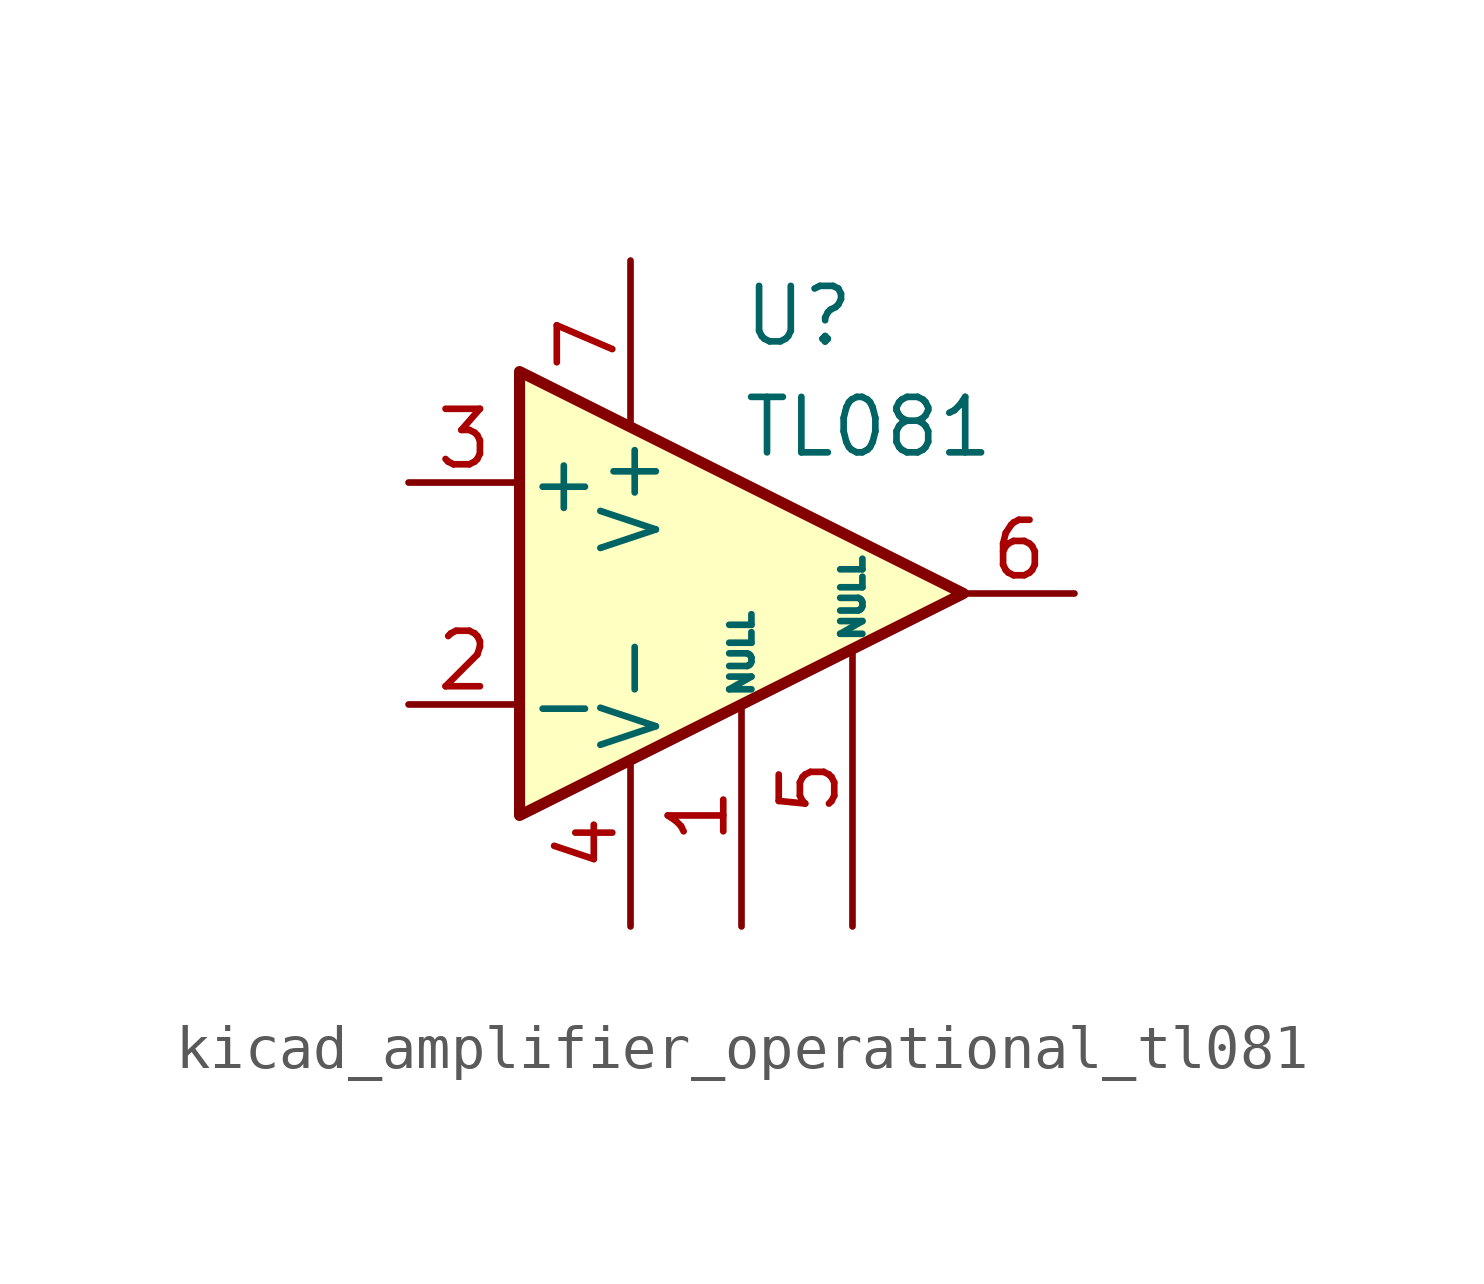
<source format=kicad_sym>
(kicad_symbol_lib
  (version 20220914)
  (generator kicad_symbol_editor)
  (symbol "kicad_amplifier_operational_tl081"
    (pin_names
      (offset 0.127))
    (property "Reference" "U"
      (at 0 6.35 0)
      (effects (font (size 1.27 1.27)) (justify left)))
    (property "Value" "TL081"
      (at 0 3.81 0)
      (effects (font (size 1.27 1.27)) (justify left)))
    (symbol "kicad_amplifier_operational_tl081_0_1"
      (polyline (pts (xy -5.08 5.08) (xy 5.08 0) (xy -5.08 -5.08) (xy -5.08 5.08)) (stroke (width 0.254) (type default)) (fill (type background))))
    (symbol "kicad_amplifier_operational_tl081_1_1"
      (pin input line (at 0 -7.62 90) (length 5.08) (name "NULL" (effects (font (size 0.508 0.508)))) (number "1" (effects (font (size 1.27 1.27)))))
      (pin input line (at -7.62 -2.54 0) (length 2.54) (name "-" (effects (font (size 1.27 1.27)))) (number "2" (effects (font (size 1.27 1.27)))))
      (pin input line (at -7.62 2.54 0) (length 2.54) (name "+" (effects (font (size 1.27 1.27)))) (number "3" (effects (font (size 1.27 1.27)))))
      (pin power_in line (at -2.54 -7.62 90) (length 3.81) (name "V-" (effects (font (size 1.27 1.27)))) (number "4" (effects (font (size 1.27 1.27)))))
      (pin input line (at 2.54 -7.62 90) (length 6.35) (name "NULL" (effects (font (size 0.508 0.508)))) (number "5" (effects (font (size 1.27 1.27)))))
      (pin output line (at 7.62 0 180) (length 2.54) (name "~" (effects (font (size 1.27 1.27)))) (number "6" (effects (font (size 1.27 1.27)))))
      (pin power_in line (at -2.54 7.62 270) (length 3.81) (name "V+" (effects (font (size 1.27 1.27)))) (number "7" (effects (font (size 1.27 1.27)))))
      (pin no_connect line (at 0 2.54 270) (length 2.54) hide (name "NC" (effects (font (size 1.27 1.27)))) (number "8" (effects (font (size 1.27 1.27))))))))
</source>
